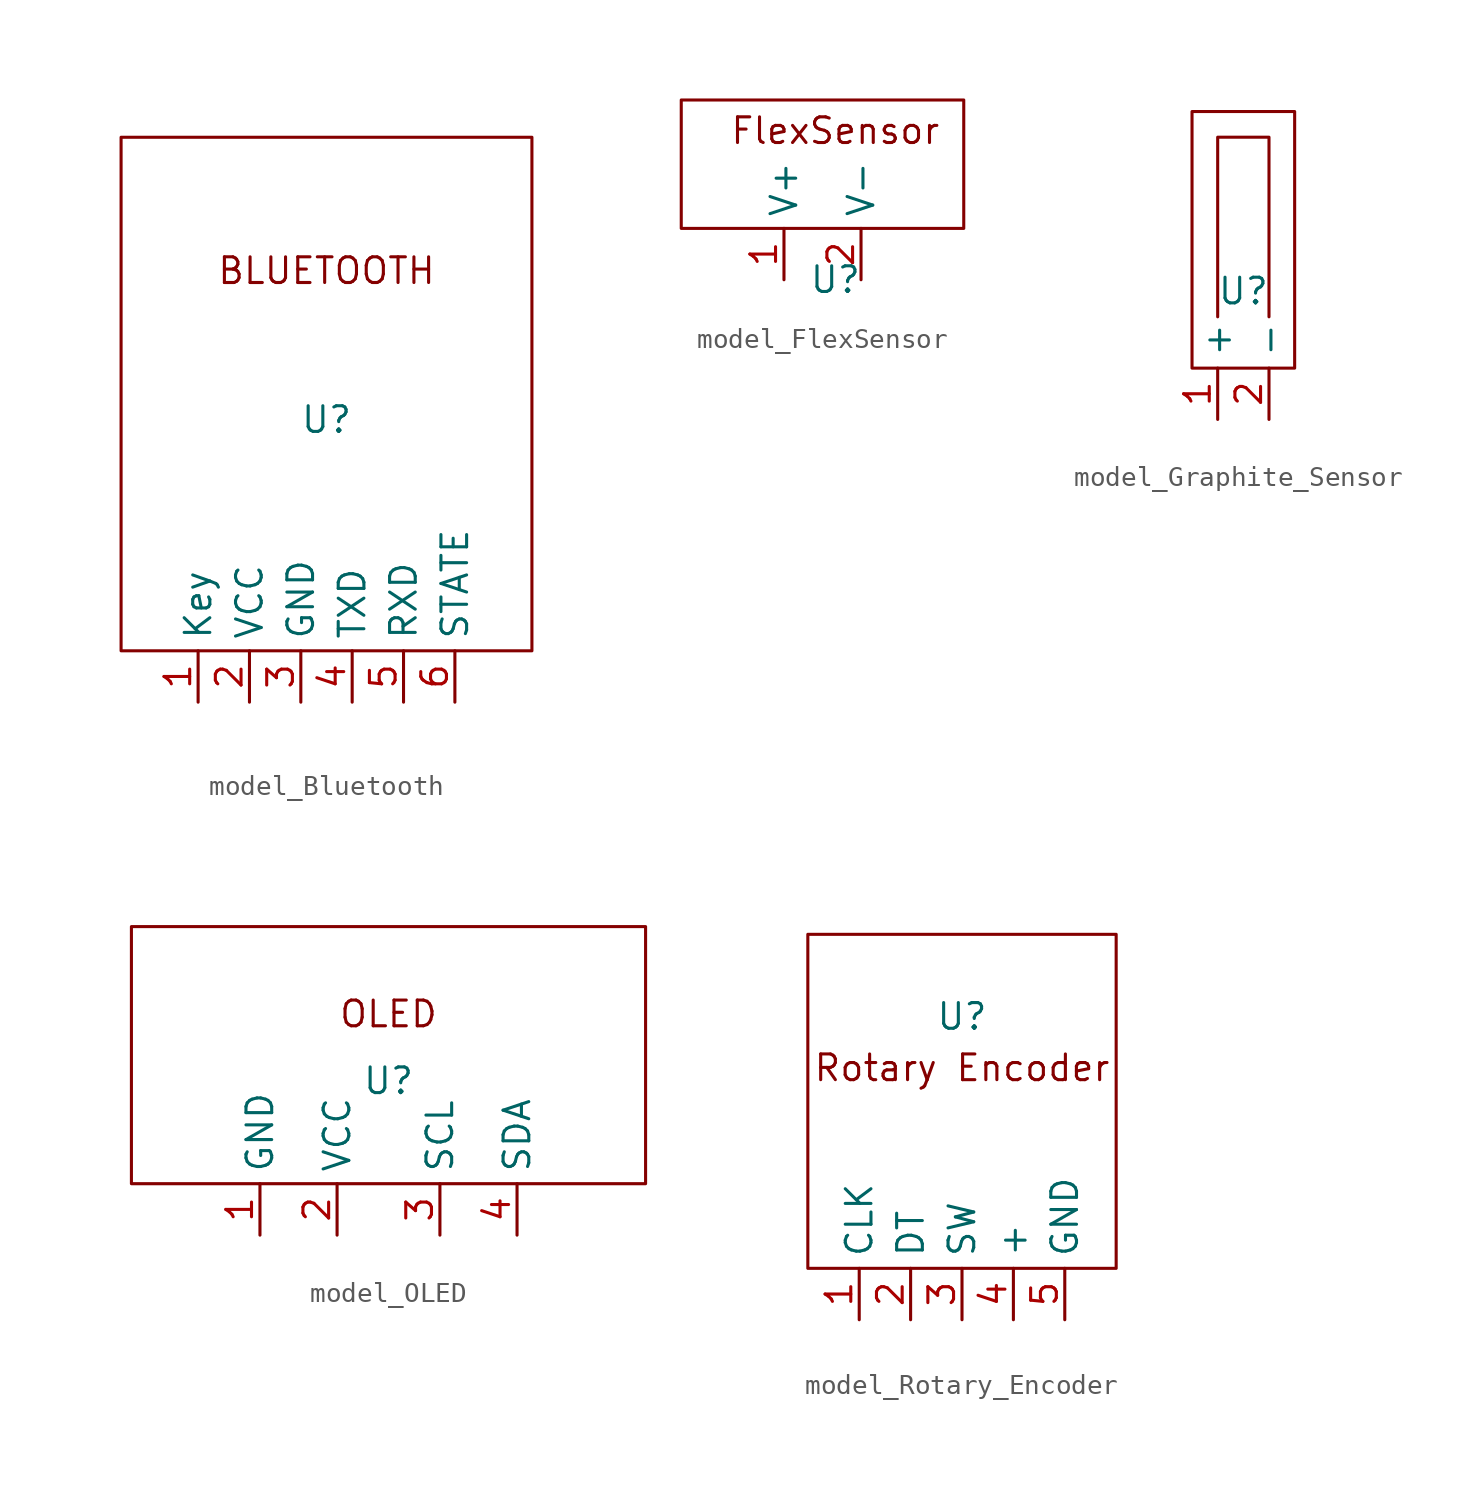
<source format=kicad_sym>
(kicad_symbol_lib
  (version 20241209)
  (generator "kicad_symbol_editor")
  (generator_version "9.0")
  (symbol "model_Bluetooth"
    (property "Reference" "U"
      (at 0 11.43 0)
      (effects (font (size 1.27 1.27))))
    (property "Value" ""
      (at 0 0 0)
      (effects (font (size 1.27 1.27))))
    (symbol "model_Bluetooth_0_1"
      (rectangle (start -10.16 25.4) (end 10.16 0) (stroke (width 0) (type default)) (fill (type none))))
    (symbol "model_Bluetooth_1_1"
      (text "BLUETOOTH\n" (at 0 18.796 0) (effects (font (size 1.27 1.27))))
      (pin input line (at -6.35 -2.54 90) (length 2.54) (name "Key" (effects (font (size 1.27 1.27)))) (number "1" (effects (font (size 1.27 1.27)))))
      (pin input line (at -3.81 -2.54 90) (length 2.54) (name "VCC" (effects (font (size 1.27 1.27)))) (number "2" (effects (font (size 1.27 1.27)))))
      (pin input line (at -1.27 -2.54 90) (length 2.54) (name "GND" (effects (font (size 1.27 1.27)))) (number "3" (effects (font (size 1.27 1.27)))))
      (pin output line (at 1.27 -2.54 90) (length 2.54) (name "TXD" (effects (font (size 1.27 1.27)))) (number "4" (effects (font (size 1.27 1.27)))))
      (pin input line (at 3.81 -2.54 90) (length 2.54) (name "RXD" (effects (font (size 1.27 1.27)))) (number "5" (effects (font (size 1.27 1.27)))))
      (pin output line (at 6.35 -2.54 90) (length 2.54) (name "STATE" (effects (font (size 1.27 1.27)))) (number "6" (effects (font (size 1.27 1.27)))))))
  (symbol "model_FlexSensor"
    (property "Reference" "U"
      (at 0 0 0)
      (effects (font (size 1.27 1.27))))
    (property "Value" ""
      (at 0 0 0)
      (effects (font (size 1.27 1.27))))
    (symbol "model_FlexSensor_0_1"
      (rectangle (start -7.62 2.54) (end 6.35 8.89) (stroke (width 0) (type default)) (fill (type none))))
    (symbol "model_FlexSensor_1_1"
      (text "FlexSensor" (at 0 7.366 0) (effects (font (size 1.27 1.27))))
      (pin input line (at -2.54 0 90) (length 2.54) (name "V+" (effects (font (size 1.27 1.27)))) (number "1" (effects (font (size 1.27 1.27)))))
      (pin output line (at 1.27 0 90) (length 2.54) (name "V-" (effects (font (size 1.27 1.27)))) (number "2" (effects (font (size 1.27 1.27)))))))
  (symbol "model_Graphite_Sensor"
    (property "Reference" "U"
      (at 0 3.81 0)
      (effects (font (size 1.27 1.27))))
    (property "Value" ""
      (at 0 0 0)
      (effects (font (size 1.27 1.27))))
    (symbol "model_Graphite_Sensor_0_1"
      (rectangle (start -2.54 12.7) (end 2.54 0) (stroke (width 0) (type default)) (fill (type none)))
      (polyline (pts (xy -1.27 2.54) (xy -1.27 11.43) (xy 1.27 11.43) (xy 1.27 2.54)) (stroke (width 0) (type default)) (fill (type none))))
    (symbol "model_Graphite_Sensor_1_1"
      (pin input line (at -1.27 -2.54 90) (length 2.54) (name "+" (effects (font (size 1.27 1.27)))) (number "1" (effects (font (size 1.27 1.27)))))
      (pin input line (at 1.27 -2.54 90) (length 2.54) (name "-" (effects (font (size 1.27 1.27)))) (number "2" (effects (font (size 1.27 1.27)))))))
  (symbol "model_OLED"
    (property "Reference" "U"
      (at 0 5.08 0)
      (effects (font (size 1.27 1.27))))
    (property "Value" ""
      (at 0 0 0)
      (effects (font (size 1.27 1.27))))
    (symbol "model_OLED_0_1"
      (rectangle (start -12.7 12.7) (end 12.7 0) (stroke (width 0) (type default)) (fill (type none))))
    (symbol "model_OLED_1_1"
      (text "OLED" (at 0 8.382 0) (effects (font (size 1.27 1.27))))
      (pin input line (at -6.35 -2.54 90) (length 2.54) (name "GND" (effects (font (size 1.27 1.27)))) (number "1" (effects (font (size 1.27 1.27)))))
      (pin input line (at -2.54 -2.54 90) (length 2.54) (name "VCC" (effects (font (size 1.27 1.27)))) (number "2" (effects (font (size 1.27 1.27)))))
      (pin input line (at 2.54 -2.54 90) (length 2.54) (name "SCL" (effects (font (size 1.27 1.27)))) (number "3" (effects (font (size 1.27 1.27)))))
      (pin input line (at 6.35 -2.54 90) (length 2.54) (name "SDA" (effects (font (size 1.27 1.27)))) (number "4" (effects (font (size 1.27 1.27)))))))
  (symbol "model_Rotary_Encoder"
    (property "Reference" "U"
      (at 0 12.446 0)
      (effects (font (size 1.27 1.27))))
    (property "Value" ""
      (at 0 0 0)
      (effects (font (size 1.27 1.27))))
    (symbol "model_Rotary_Encoder_0_1"
      (rectangle (start -7.62 16.51) (end 7.62 0) (stroke (width 0) (type default)) (fill (type none))))
    (symbol "model_Rotary_Encoder_1_1"
      (text "Rotary Encoder" (at 0 9.906 0) (effects (font (size 1.27 1.27))))
      (pin input line (at -5.08 -2.54 90) (length 2.54) (name "CLK" (effects (font (size 1.27 1.27)))) (number "1" (effects (font (size 1.27 1.27)))))
      (pin input line (at -2.54 -2.54 90) (length 2.54) (name "DT" (effects (font (size 1.27 1.27)))) (number "2" (effects (font (size 1.27 1.27)))))
      (pin input line (at 0 -2.54 90) (length 2.54) (name "SW" (effects (font (size 1.27 1.27)))) (number "3" (effects (font (size 1.27 1.27)))))
      (pin input line (at 2.54 -2.54 90) (length 2.54) (name "+" (effects (font (size 1.27 1.27)))) (number "4" (effects (font (size 1.27 1.27)))))
      (pin input line (at 5.08 -2.54 90) (length 2.54) (name "GND" (effects (font (size 1.27 1.27)))) (number "5" (effects (font (size 1.27 1.27))))))))
</source>
